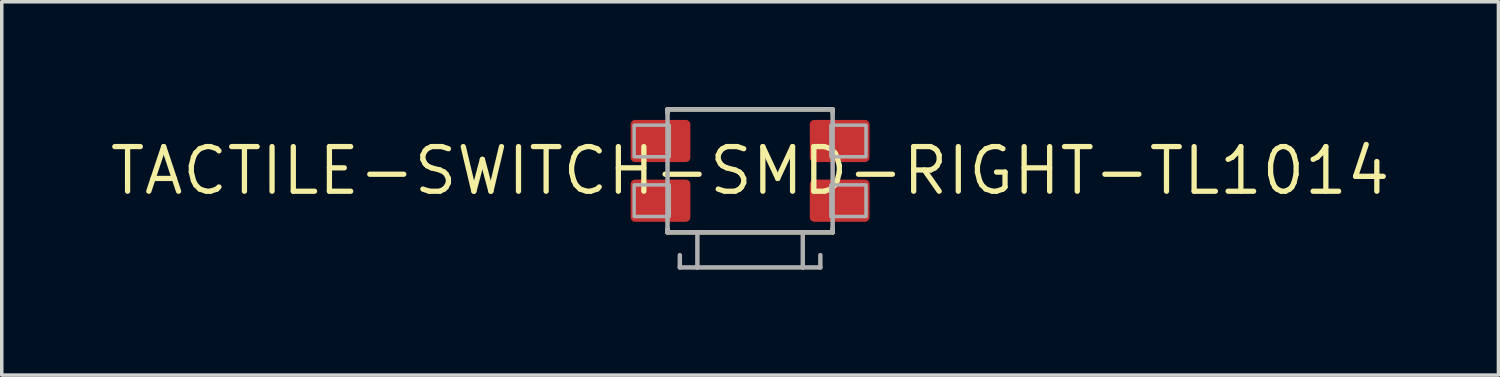
<source format=kicad_pcb>
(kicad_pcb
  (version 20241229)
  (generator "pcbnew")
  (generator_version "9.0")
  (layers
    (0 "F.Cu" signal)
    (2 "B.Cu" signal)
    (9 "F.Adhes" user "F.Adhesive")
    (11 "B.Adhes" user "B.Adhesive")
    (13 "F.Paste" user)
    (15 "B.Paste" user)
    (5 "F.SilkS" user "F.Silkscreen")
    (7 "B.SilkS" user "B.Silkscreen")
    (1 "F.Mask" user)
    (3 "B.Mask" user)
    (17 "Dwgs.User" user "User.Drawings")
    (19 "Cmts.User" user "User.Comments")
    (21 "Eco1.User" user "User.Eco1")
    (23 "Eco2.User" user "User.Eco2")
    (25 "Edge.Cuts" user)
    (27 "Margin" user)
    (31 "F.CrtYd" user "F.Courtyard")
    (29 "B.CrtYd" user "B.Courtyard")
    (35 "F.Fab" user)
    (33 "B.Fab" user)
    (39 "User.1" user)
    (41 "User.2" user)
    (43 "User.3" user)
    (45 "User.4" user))
  (footprint "TACTILE-SWITCH-SMD-RIGHT-TL1014"
    (layer "F.Cu")
    (at 18.301 1.813)
    (property "Reference" "TACTILE-SWITCH-SMD-RIGHT-TL1014" (at 0 0 0) (layer "F.SilkS") (effects (font (size 1.27 1.27) (thickness 0.15))))
    (fp_line (start -2.35 -1.75) (end 2.35 -1.75) (stroke (width 0.127) (type solid)) (layer "F.SilkS"))
    (fp_line (start -2.35 -1.65) (end -2.35 -1.75) (stroke (width 0.127) (type solid)) (layer "F.SilkS"))
    (fp_line (start -2.35 1.65) (end -2.35 1.75) (stroke (width 0.127) (type solid)) (layer "F.SilkS"))
    (fp_line (start -2.35 1.75) (end 2.35 1.75) (stroke (width 0.127) (type solid)) (layer "F.SilkS"))
    (fp_line (start 2.35 -1.75) (end 2.35 -1.65) (stroke (width 0.127) (type solid)) (layer "F.SilkS"))
    (fp_line (start 2.35 1.75) (end 2.35 1.65) (stroke (width 0.127) (type solid)) (layer "F.SilkS"))
    (fp_line (start -2.35 -1.75) (end 2.35 -1.75) (stroke (width 0.127) (type solid)) (layer "F.Fab"))
    (fp_line (start -2.35 1.75) (end -2.35 -1.75) (stroke (width 0.127) (type solid)) (layer "F.Fab"))
    (fp_line (start -2 2.75) (end -2 2.4) (stroke (width 0.127) (type solid)) (layer "F.Fab"))
    (fp_line (start -1.5 1.75) (end -2.35 1.75) (stroke (width 0.127) (type solid)) (layer "F.Fab"))
    (fp_line (start -1.5 1.75) (end 1.5 1.75) (stroke (width 0.127) (type solid)) (layer "F.Fab"))
    (fp_line (start -1.5 2.75) (end -2 2.75) (stroke (width 0.127) (type solid)) (layer "F.Fab"))
    (fp_line (start -1.5 2.75) (end -1.5 1.75) (stroke (width 0.127) (type solid)) (layer "F.Fab"))
    (fp_line (start 1.5 1.75) (end 1.5 2.75) (stroke (width 0.127) (type solid)) (layer "F.Fab"))
    (fp_line (start 1.5 2.75) (end -1.5 2.75) (stroke (width 0.127) (type solid)) (layer "F.Fab"))
    (fp_line (start 1.5 2.75) (end 2 2.75) (stroke (width 0.127) (type solid)) (layer "F.Fab"))
    (fp_line (start 2 2.75) (end 2 2.4) (stroke (width 0.127) (type solid)) (layer "F.Fab"))
    (fp_line (start 2.35 -1.75) (end 2.35 1.75) (stroke (width 0.127) (type solid)) (layer "F.Fab"))
    (fp_line (start 2.35 1.75) (end 1.5 1.75) (stroke (width 0.127) (type solid)) (layer "F.Fab"))
    (fp_poly (pts (xy -3.3 -0.4) (xy -2.3 -0.4) (xy -2.3 -1.3) (xy -3.3 -1.3)) (stroke (width 0.1) (type default)) (fill no) (layer "F.Fab"))
    (fp_poly (pts (xy -3.3 1.3) (xy -2.3 1.3) (xy -2.3 0.4) (xy -3.3 0.4)) (stroke (width 0.1) (type default)) (fill no) (layer "F.Fab"))
    (fp_poly (pts (xy 2.3 -0.4) (xy 3.3 -0.4) (xy 3.3 -1.3) (xy 2.3 -1.3)) (stroke (width 0.1) (type default)) (fill no) (layer "F.Fab"))
    (fp_poly (pts (xy 2.3 1.3) (xy 3.3 1.3) (xy 3.3 0.4) (xy 2.3 0.4)) (stroke (width 0.1) (type default)) (fill no) (layer "F.Fab"))
    (pad "P1" smd roundrect (at 2.55 -0.85) (size 1.7 1.2) (layers "F.Cu" "F.Mask" "F.Paste") (roundrect_rratio 0.106))
    (pad "P2" smd roundrect (at 2.55 0.85) (size 1.7 1.2) (layers "F.Cu" "F.Mask" "F.Paste") (roundrect_rratio 0.106))
    (pad "P3" smd roundrect (at -2.55 -0.85) (size 1.7 1.2) (layers "F.Cu" "F.Mask" "F.Paste") (roundrect_rratio 0.106))
    (pad "P4" smd roundrect (at -2.55 0.85) (size 1.7 1.2) (layers "F.Cu" "F.Mask" "F.Paste") (roundrect_rratio 0.106)))
  (gr_rect
    (start -3 -3)
    (end 39.603 7.627)
    (stroke (width 0.1) (type default))
    (fill no)
    (layer "Edge.Cuts")))
</source>
